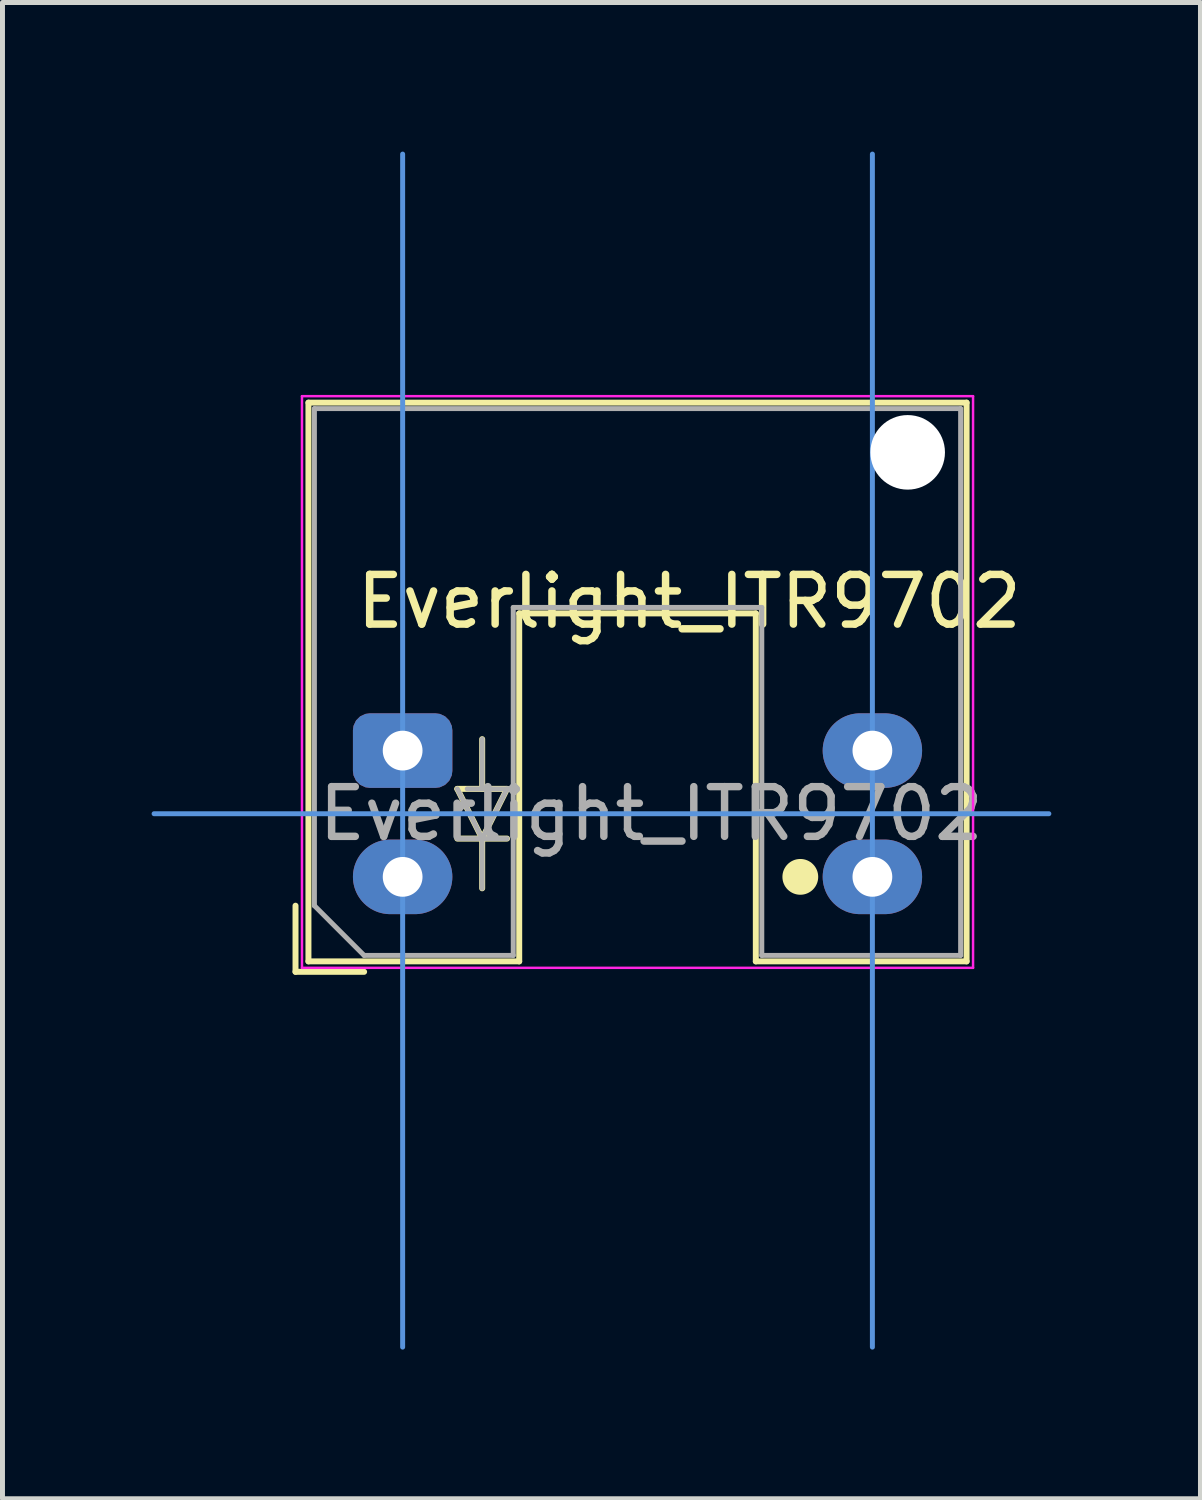
<source format=kicad_pcb>
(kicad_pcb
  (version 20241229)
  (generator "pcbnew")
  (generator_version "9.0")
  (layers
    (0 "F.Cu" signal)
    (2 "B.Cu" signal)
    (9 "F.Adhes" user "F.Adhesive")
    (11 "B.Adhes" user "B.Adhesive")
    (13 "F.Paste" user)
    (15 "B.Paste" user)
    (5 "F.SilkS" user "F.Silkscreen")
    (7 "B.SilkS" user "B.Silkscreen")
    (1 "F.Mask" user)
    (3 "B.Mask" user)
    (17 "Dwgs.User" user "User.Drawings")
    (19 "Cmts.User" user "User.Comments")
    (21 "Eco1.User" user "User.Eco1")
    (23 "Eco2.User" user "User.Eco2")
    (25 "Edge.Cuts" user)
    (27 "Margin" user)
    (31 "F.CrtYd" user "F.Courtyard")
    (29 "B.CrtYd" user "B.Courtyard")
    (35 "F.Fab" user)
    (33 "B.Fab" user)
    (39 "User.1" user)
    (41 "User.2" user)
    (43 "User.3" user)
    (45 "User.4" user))
  (footprint "Everlight_ITR9702"
    (layer "F.Cu")
    (at 5.05 12.05)
    (property "Reference" "Everlight_ITR9702" (at -1 -3 180) (layer "F.SilkS") (effects (font (size 1 1) (thickness 0.15)) (justify left)))
    (attr through_hole)
    (fp_line (start -2.155 4.45) (end -2.155 3.12) (stroke (width 0.12) (type solid)) (layer "F.SilkS"))
    (fp_line (start -2.155 4.45) (end -0.775 4.45) (stroke (width 0.12) (type solid)) (layer "F.SilkS"))
    (fp_line (start -1.895 -7) (end 11.345 -7) (stroke (width 0.12) (type solid)) (layer "F.SilkS"))
    (fp_line (start -1.895 4.24) (end -1.895 -7) (stroke (width 0.12) (type solid)) (layer "F.SilkS"))
    (fp_line (start 1.1 0.77) (end 1.6 1.77) (stroke (width 0.12) (type solid)) (layer "F.SilkS"))
    (fp_line (start 1.6 0.77) (end 1.6 -0.23) (stroke (width 0.12) (type solid)) (layer "F.SilkS"))
    (fp_line (start 1.6 1.77) (end 1.6 2.77) (stroke (width 0.12) (type solid)) (layer "F.SilkS"))
    (fp_line (start 1.6 1.77) (end 2.1 0.77) (stroke (width 0.12) (type solid)) (layer "F.SilkS"))
    (fp_line (start 2.1 0.77) (end 1.1 0.77) (stroke (width 0.12) (type solid)) (layer "F.SilkS"))
    (fp_line (start 2.1 1.77) (end 1.1 1.77) (stroke (width 0.12) (type solid)) (layer "F.SilkS"))
    (fp_line (start 2.345 4.24) (end -1.895 4.24) (stroke (width 0.12) (type solid)) (layer "F.SilkS"))
    (fp_line (start 2.345 4.24) (end 2.345 -2.76) (stroke (width 0.12) (type solid)) (layer "F.SilkS"))
    (fp_line (start 7.105 -2.76) (end 2.345 -2.76) (stroke (width 0.12) (type solid)) (layer "F.SilkS"))
    (fp_line (start 7.105 4.24) (end 7.105 -2.76) (stroke (width 0.12) (type solid)) (layer "F.SilkS"))
    (fp_line (start 11.345 -7) (end 11.345 4.24) (stroke (width 0.12) (type solid)) (layer "F.SilkS"))
    (fp_line (start 11.345 4.24) (end 7.105 4.24) (stroke (width 0.12) (type solid)) (layer "F.SilkS"))
    (fp_circle (center 8 2.54) (end 8.3 2.54) (stroke (width 0.12) (type solid)) (fill yes) (layer "F.SilkS"))
    (fp_line (start -5 1.27) (end 13 1.27) (stroke (width 0.1) (type default)) (layer "Cmts.User"))
    (fp_line (start 0 -12) (end 0 12) (stroke (width 0.1) (type default)) (layer "Cmts.User"))
    (fp_line (start 9.45 -12) (end 9.45 12) (stroke (width 0.1) (type default)) (layer "Cmts.User"))
    (fp_line (start -2.025 -7.13) (end 11.475 -7.13) (stroke (width 0.05) (type solid)) (layer "F.CrtYd"))
    (fp_line (start -2.025 4.37) (end -2.025 -7.13) (stroke (width 0.05) (type solid)) (layer "F.CrtYd"))
    (fp_line (start 11.475 -7.13) (end 11.475 4.37) (stroke (width 0.05) (type solid)) (layer "F.CrtYd"))
    (fp_line (start 11.475 4.37) (end -2.025 4.37) (stroke (width 0.05) (type solid)) (layer "F.CrtYd"))
    (fp_line (start -1.775 -6.88) (end 11.225 -6.88) (stroke (width 0.1) (type solid)) (layer "F.Fab"))
    (fp_line (start -1.775 3.12) (end -1.775 -6.88) (stroke (width 0.1) (type solid)) (layer "F.Fab"))
    (fp_line (start -1.775 3.12) (end -0.775 4.12) (stroke (width 0.1) (type solid)) (layer "F.Fab"))
    (fp_line (start 1.1 0.77) (end 1.6 1.77) (stroke (width 0.1) (type solid)) (layer "F.Fab"))
    (fp_line (start 1.6 0.77) (end 1.6 -0.23) (stroke (width 0.1) (type solid)) (layer "F.Fab"))
    (fp_line (start 1.6 1.77) (end 1.6 2.77) (stroke (width 0.1) (type solid)) (layer "F.Fab"))
    (fp_line (start 1.6 1.77) (end 2.1 0.77) (stroke (width 0.1) (type solid)) (layer "F.Fab"))
    (fp_line (start 2.1 1.77) (end 1.1 1.77) (stroke (width 0.1) (type solid)) (layer "F.Fab"))
    (fp_line (start 2.225 -2.88) (end 2.225 4.12) (stroke (width 0.1) (type solid)) (layer "F.Fab"))
    (fp_line (start 2.225 -2.88) (end 7.225 -2.88) (stroke (width 0.1) (type solid)) (layer "F.Fab"))
    (fp_line (start 2.225 4.12) (end -0.775 4.12) (stroke (width 0.1) (type solid)) (layer "F.Fab"))
    (fp_line (start 2.3 0.77) (end 1.3 0.77) (stroke (width 0.1) (type solid)) (layer "F.Fab"))
    (fp_line (start 7.225 -2.88) (end 7.225 4.12) (stroke (width 0.1) (type solid)) (layer "F.Fab"))
    (fp_line (start 7.225 4.12) (end 11.225 4.12) (stroke (width 0.1) (type solid)) (layer "F.Fab"))
    (fp_line (start 11.225 -6.88) (end 11.225 4.12) (stroke (width 0.1) (type solid)) (layer "F.Fab"))
    (fp_text user "${REFERENCE}" (at 5 1.27 180) (layer "F.Fab") (effects (font (size 1 1) (thickness 0.15))))
    (pad "" np_thru_hole circle (at 10.16 -6 90) (size 1.5 1.5) (drill 1.5) (layers "*.Cu" "*.Mask"))
    (pad "1" thru_hole roundrect (at 0 0 90) (size 1.5 2) (drill 0.8) (layers "*.Cu" "*.Mask") (roundrect_rratio 0.227))
    (pad "2" thru_hole oval (at 0 2.54 90) (size 1.5 2) (drill 0.8) (layers "*.Cu" "*.Mask"))
    (pad "3" thru_hole oval (at 9.45 2.54 90) (size 1.5 2) (drill 0.8) (layers "*.Cu" "*.Mask"))
    (pad "4" thru_hole oval (at 9.45 0 90) (size 1.5 2) (drill 0.8) (layers "*.Cu" "*.Mask")))
  (gr_rect
    (start -3 -3)
    (end 21.1 27.1)
    (stroke (width 0.1) (type default))
    (fill no)
    (layer "Edge.Cuts")))
</source>
